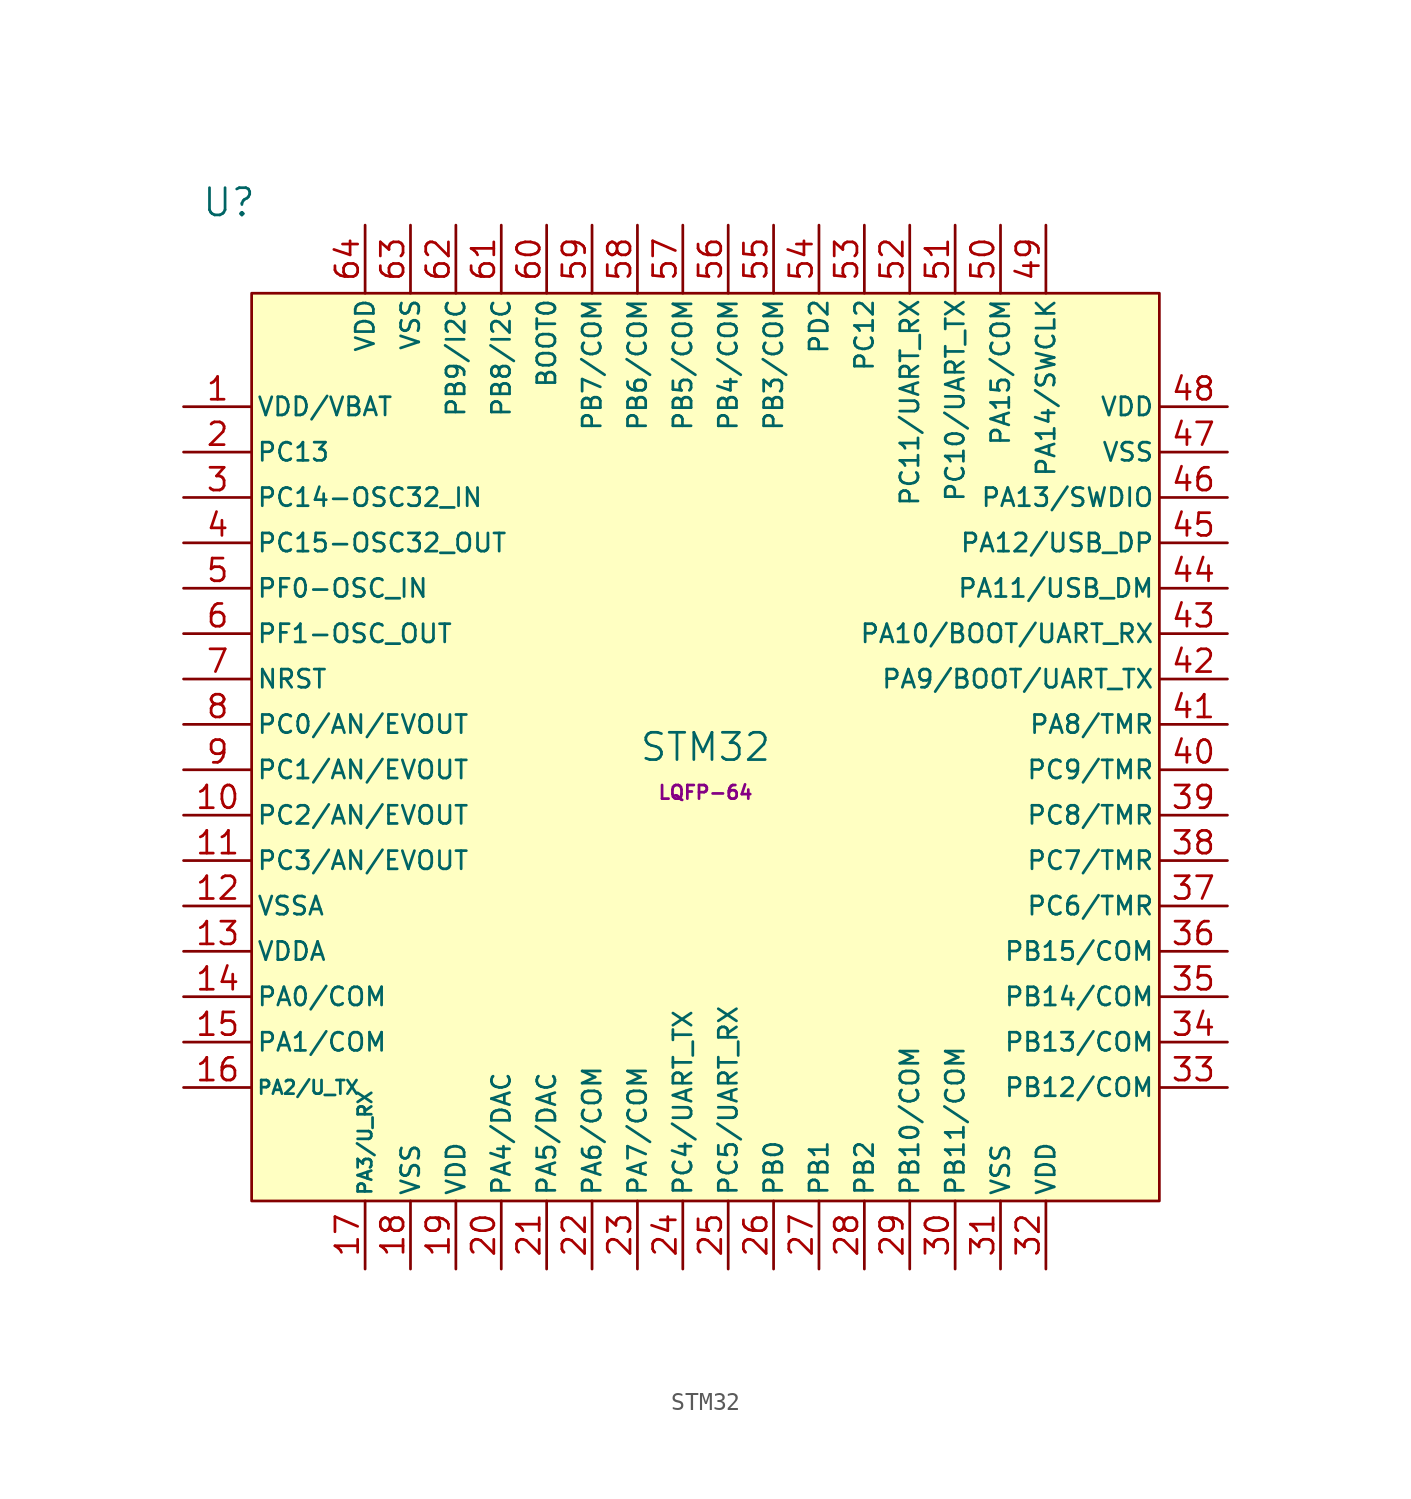
<source format=kicad_sym>
(kicad_symbol_lib
  (version 20220914)
  (generator kicad_symbol_editor)
  (symbol "STM32"
    (pin_names
      (offset 0.254))
    (property "Reference" "U"
      (at -26.67 30.48 0)
      (effects (font (size 1.524 1.524))))
    (property "Value" "STM32"
      (at 0 0 0)
      (effects (font (size 1.524 1.524))))
    (property "Footprint" "LQFP-64"
      (at 0 -2.54 0)
      (effects (font (size 0.762 0.762))))
    (property "Datasheet" ""
      (at 0 0 0)
      (effects (font (size 1.524 1.524))))
    (symbol "STM32_0_1"
      (rectangle (start -25.4 25.4) (end 25.4 -25.4) (stroke (width 0) (type default)) (fill (type background))))
    (symbol "STM32_1_1"
      (pin input line (at -29.21 19.05 0) (length 3.81) (name "VDD/VBAT" (effects (font (size 1.016 1.016)))) (number "1" (effects (font (size 1.27 1.27)))))
      (pin input line (at -29.21 -3.81 0) (length 3.81) (name "PC2/AN/EVOUT" (effects (font (size 1.016 1.016)))) (number "10" (effects (font (size 1.27 1.27)))))
      (pin input line (at -29.21 -6.35 0) (length 3.81) (name "PC3/AN/EVOUT" (effects (font (size 1.016 1.016)))) (number "11" (effects (font (size 1.27 1.27)))))
      (pin input line (at -29.21 -8.89 0) (length 3.81) (name "VSSA" (effects (font (size 1.016 1.016)))) (number "12" (effects (font (size 1.27 1.27)))))
      (pin input line (at -29.21 -11.43 0) (length 3.81) (name "VDDA" (effects (font (size 1.016 1.016)))) (number "13" (effects (font (size 1.27 1.27)))))
      (pin input line (at -29.21 -13.97 0) (length 3.81) (name "PA0/COM" (effects (font (size 1.016 1.016)))) (number "14" (effects (font (size 1.27 1.27)))))
      (pin input line (at -29.21 -16.51 0) (length 3.81) (name "PA1/COM" (effects (font (size 1.016 1.016)))) (number "15" (effects (font (size 1.27 1.27)))))
      (pin input line (at -29.21 -19.05 0) (length 3.81) (name "PA2/U_TX" (effects (font (size 0.762 0.762)))) (number "16" (effects (font (size 1.27 1.27)))))
      (pin input line (at -19.05 -29.21 90) (length 3.81) (name "PA3/U_RX" (effects (font (size 0.762 0.762)))) (number "17" (effects (font (size 1.27 1.27)))))
      (pin input line (at -16.51 -29.21 90) (length 3.81) (name "VSS" (effects (font (size 1.016 1.016)))) (number "18" (effects (font (size 1.27 1.27)))))
      (pin input line (at -13.97 -29.21 90) (length 3.81) (name "VDD" (effects (font (size 1.016 1.016)))) (number "19" (effects (font (size 1.27 1.27)))))
      (pin input line (at -29.21 16.51 0) (length 3.81) (name "PC13" (effects (font (size 1.016 1.016)))) (number "2" (effects (font (size 1.27 1.27)))))
      (pin input line (at -11.43 -29.21 90) (length 3.81) (name "PA4/DAC" (effects (font (size 1.016 1.016)))) (number "20" (effects (font (size 1.27 1.27)))))
      (pin input line (at -8.89 -29.21 90) (length 3.81) (name "PA5/DAC" (effects (font (size 1.016 1.016)))) (number "21" (effects (font (size 1.27 1.27)))))
      (pin input line (at -6.35 -29.21 90) (length 3.81) (name "PA6/COM" (effects (font (size 1.016 1.016)))) (number "22" (effects (font (size 1.27 1.27)))))
      (pin input line (at -3.81 -29.21 90) (length 3.81) (name "PA7/COM" (effects (font (size 1.016 1.016)))) (number "23" (effects (font (size 1.27 1.27)))))
      (pin input line (at -1.27 -29.21 90) (length 3.81) (name "PC4/UART_TX" (effects (font (size 1.016 1.016)))) (number "24" (effects (font (size 1.27 1.27)))))
      (pin input line (at 1.27 -29.21 90) (length 3.81) (name "PC5/UART_RX" (effects (font (size 1.016 1.016)))) (number "25" (effects (font (size 1.27 1.27)))))
      (pin input line (at 3.81 -29.21 90) (length 3.81) (name "PB0" (effects (font (size 1.016 1.016)))) (number "26" (effects (font (size 1.27 1.27)))))
      (pin input line (at 6.35 -29.21 90) (length 3.81) (name "PB1" (effects (font (size 1.016 1.016)))) (number "27" (effects (font (size 1.27 1.27)))))
      (pin input line (at 8.89 -29.21 90) (length 3.81) (name "PB2" (effects (font (size 1.016 1.016)))) (number "28" (effects (font (size 1.27 1.27)))))
      (pin input line (at 11.43 -29.21 90) (length 3.81) (name "PB10/COM" (effects (font (size 1.016 1.016)))) (number "29" (effects (font (size 1.27 1.27)))))
      (pin input line (at -29.21 13.97 0) (length 3.81) (name "PC14-OSC32_IN" (effects (font (size 1.016 1.016)))) (number "3" (effects (font (size 1.27 1.27)))))
      (pin input line (at 13.97 -29.21 90) (length 3.81) (name "PB11/COM" (effects (font (size 1.016 1.016)))) (number "30" (effects (font (size 1.27 1.27)))))
      (pin input line (at 16.51 -29.21 90) (length 3.81) (name "VSS" (effects (font (size 1.016 1.016)))) (number "31" (effects (font (size 1.27 1.27)))))
      (pin input line (at 19.05 -29.21 90) (length 3.81) (name "VDD" (effects (font (size 1.016 1.016)))) (number "32" (effects (font (size 1.27 1.27)))))
      (pin input line (at 29.21 -19.05 180) (length 3.81) (name "PB12/COM" (effects (font (size 1.016 1.016)))) (number "33" (effects (font (size 1.27 1.27)))))
      (pin input line (at 29.21 -16.51 180) (length 3.81) (name "PB13/COM" (effects (font (size 1.016 1.016)))) (number "34" (effects (font (size 1.27 1.27)))))
      (pin input line (at 29.21 -13.97 180) (length 3.81) (name "PB14/COM" (effects (font (size 1.016 1.016)))) (number "35" (effects (font (size 1.27 1.27)))))
      (pin input line (at 29.21 -11.43 180) (length 3.81) (name "PB15/COM" (effects (font (size 1.016 1.016)))) (number "36" (effects (font (size 1.27 1.27)))))
      (pin input line (at 29.21 -8.89 180) (length 3.81) (name "PC6/TMR" (effects (font (size 1.016 1.016)))) (number "37" (effects (font (size 1.27 1.27)))))
      (pin input line (at 29.21 -6.35 180) (length 3.81) (name "PC7/TMR" (effects (font (size 1.016 1.016)))) (number "38" (effects (font (size 1.27 1.27)))))
      (pin input line (at 29.21 -3.81 180) (length 3.81) (name "PC8/TMR" (effects (font (size 1.016 1.016)))) (number "39" (effects (font (size 1.27 1.27)))))
      (pin input line (at -29.21 11.43 0) (length 3.81) (name "PC15-OSC32_OUT" (effects (font (size 1.016 1.016)))) (number "4" (effects (font (size 1.27 1.27)))))
      (pin input line (at 29.21 -1.27 180) (length 3.81) (name "PC9/TMR" (effects (font (size 1.016 1.016)))) (number "40" (effects (font (size 1.27 1.27)))))
      (pin input line (at 29.21 1.27 180) (length 3.81) (name "PA8/TMR" (effects (font (size 1.016 1.016)))) (number "41" (effects (font (size 1.27 1.27)))))
      (pin input line (at 29.21 3.81 180) (length 3.81) (name "PA9/BOOT/UART_TX" (effects (font (size 1.016 1.016)))) (number "42" (effects (font (size 1.27 1.27)))))
      (pin input line (at 29.21 6.35 180) (length 3.81) (name "PA10/BOOT/UART_RX" (effects (font (size 1.016 1.016)))) (number "43" (effects (font (size 1.27 1.27)))))
      (pin input line (at 29.21 8.89 180) (length 3.81) (name "PA11/USB_DM" (effects (font (size 1.016 1.016)))) (number "44" (effects (font (size 1.27 1.27)))))
      (pin input line (at 29.21 11.43 180) (length 3.81) (name "PA12/USB_DP" (effects (font (size 1.016 1.016)))) (number "45" (effects (font (size 1.27 1.27)))))
      (pin input line (at 29.21 13.97 180) (length 3.81) (name "PA13/SWDIO" (effects (font (size 1.016 1.016)))) (number "46" (effects (font (size 1.27 1.27)))))
      (pin input line (at 29.21 16.51 180) (length 3.81) (name "VSS" (effects (font (size 1.016 1.016)))) (number "47" (effects (font (size 1.27 1.27)))))
      (pin input line (at 29.21 19.05 180) (length 3.81) (name "VDD" (effects (font (size 1.016 1.016)))) (number "48" (effects (font (size 1.27 1.27)))))
      (pin input line (at 19.05 29.21 270) (length 3.81) (name "PA14/SWCLK" (effects (font (size 1.016 1.016)))) (number "49" (effects (font (size 1.27 1.27)))))
      (pin input line (at -29.21 8.89 0) (length 3.81) (name "PF0-OSC_IN" (effects (font (size 1.016 1.016)))) (number "5" (effects (font (size 1.27 1.27)))))
      (pin input line (at 16.51 29.21 270) (length 3.81) (name "PA15/COM" (effects (font (size 1.016 1.016)))) (number "50" (effects (font (size 1.27 1.27)))))
      (pin input line (at 13.97 29.21 270) (length 3.81) (name "PC10/UART_TX" (effects (font (size 1.016 1.016)))) (number "51" (effects (font (size 1.27 1.27)))))
      (pin input line (at 11.43 29.21 270) (length 3.81) (name "PC11/UART_RX" (effects (font (size 1.016 1.016)))) (number "52" (effects (font (size 1.27 1.27)))))
      (pin input line (at 8.89 29.21 270) (length 3.81) (name "PC12" (effects (font (size 1.016 1.016)))) (number "53" (effects (font (size 1.27 1.27)))))
      (pin input line (at 6.35 29.21 270) (length 3.81) (name "PD2" (effects (font (size 1.016 1.016)))) (number "54" (effects (font (size 1.27 1.27)))))
      (pin input line (at 3.81 29.21 270) (length 3.81) (name "PB3/COM" (effects (font (size 1.016 1.016)))) (number "55" (effects (font (size 1.27 1.27)))))
      (pin input line (at 1.27 29.21 270) (length 3.81) (name "PB4/COM" (effects (font (size 1.016 1.016)))) (number "56" (effects (font (size 1.27 1.27)))))
      (pin input line (at -1.27 29.21 270) (length 3.81) (name "PB5/COM" (effects (font (size 1.016 1.016)))) (number "57" (effects (font (size 1.27 1.27)))))
      (pin input line (at -3.81 29.21 270) (length 3.81) (name "PB6/COM" (effects (font (size 1.016 1.016)))) (number "58" (effects (font (size 1.27 1.27)))))
      (pin input line (at -6.35 29.21 270) (length 3.81) (name "PB7/COM" (effects (font (size 1.016 1.016)))) (number "59" (effects (font (size 1.27 1.27)))))
      (pin input line (at -29.21 6.35 0) (length 3.81) (name "PF1-OSC_OUT" (effects (font (size 1.016 1.016)))) (number "6" (effects (font (size 1.27 1.27)))))
      (pin input line (at -8.89 29.21 270) (length 3.81) (name "BOOT0" (effects (font (size 1.016 1.016)))) (number "60" (effects (font (size 1.27 1.27)))))
      (pin input line (at -11.43 29.21 270) (length 3.81) (name "PB8/I2C" (effects (font (size 1.016 1.016)))) (number "61" (effects (font (size 1.27 1.27)))))
      (pin input line (at -13.97 29.21 270) (length 3.81) (name "PB9/I2C" (effects (font (size 1.016 1.016)))) (number "62" (effects (font (size 1.27 1.27)))))
      (pin input line (at -16.51 29.21 270) (length 3.81) (name "VSS" (effects (font (size 1.016 1.016)))) (number "63" (effects (font (size 1.27 1.27)))))
      (pin input line (at -19.05 29.21 270) (length 3.81) (name "VDD" (effects (font (size 1.016 1.016)))) (number "64" (effects (font (size 1.27 1.27)))))
      (pin input line (at -29.21 3.81 0) (length 3.81) (name "NRST" (effects (font (size 1.016 1.016)))) (number "7" (effects (font (size 1.27 1.27)))))
      (pin input line (at -29.21 1.27 0) (length 3.81) (name "PC0/AN/EVOUT" (effects (font (size 1.016 1.016)))) (number "8" (effects (font (size 1.27 1.27)))))
      (pin input line (at -29.21 -1.27 0) (length 3.81) (name "PC1/AN/EVOUT" (effects (font (size 1.016 1.016)))) (number "9" (effects (font (size 1.27 1.27))))))))
</source>
